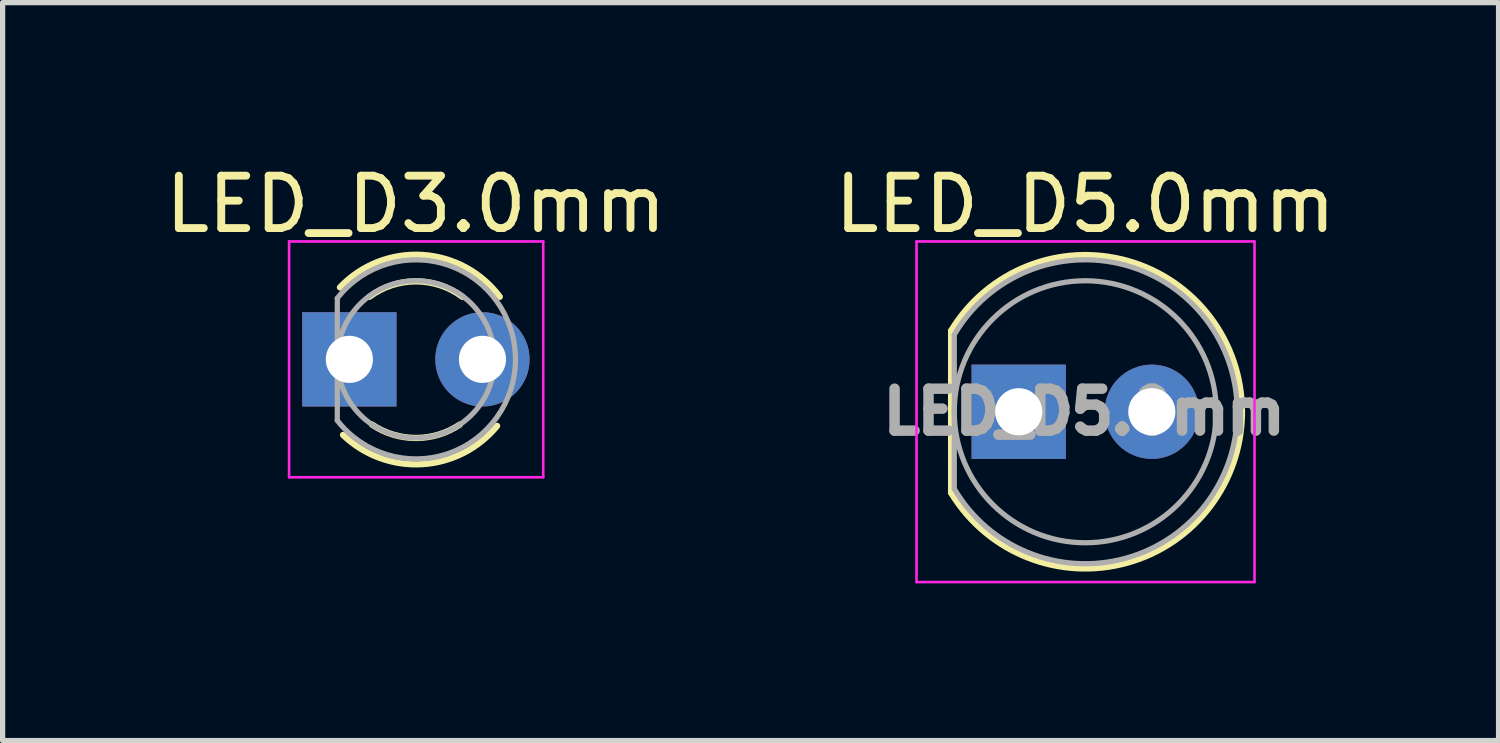
<source format=kicad_pcb>
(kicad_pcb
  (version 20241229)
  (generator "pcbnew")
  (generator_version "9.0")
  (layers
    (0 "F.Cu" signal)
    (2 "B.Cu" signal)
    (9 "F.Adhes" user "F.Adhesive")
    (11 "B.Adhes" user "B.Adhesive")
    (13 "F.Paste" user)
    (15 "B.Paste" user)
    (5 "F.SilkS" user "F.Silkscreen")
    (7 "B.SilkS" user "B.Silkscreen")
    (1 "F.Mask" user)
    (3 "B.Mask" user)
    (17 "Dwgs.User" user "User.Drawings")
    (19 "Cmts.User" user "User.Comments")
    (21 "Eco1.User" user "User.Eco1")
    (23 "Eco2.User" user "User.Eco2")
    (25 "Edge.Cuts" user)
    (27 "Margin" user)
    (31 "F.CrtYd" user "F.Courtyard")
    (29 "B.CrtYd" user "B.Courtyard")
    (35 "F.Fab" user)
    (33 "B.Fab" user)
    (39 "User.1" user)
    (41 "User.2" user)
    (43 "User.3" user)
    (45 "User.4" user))
  (footprint "LED_D5.0mm"
    (layer "F.Cu")
    (at 16.391 4.808)
    (property "Reference" "LED_D5.0mm" (at 1.27 -3.96 0) (layer "F.SilkS") (effects (font (size 1 1) (thickness 0.15))))
    (attr through_hole)
    (fp_line (start -1.29 -1.545) (end -1.29 1.545) (stroke (width 0.12) (type solid)) (layer "F.SilkS"))
    (fp_arc (start -1.29 -1.54483) (mid 2.072002 -2.880433) (end 4.26 0.000462) (stroke (width 0.12) (type solid)) (layer "F.SilkS"))
    (fp_arc (start 4.26 -0.000462) (mid 2.072002 2.880433) (end -1.29 1.54483) (stroke (width 0.12) (type solid)) (layer "F.SilkS"))
    (fp_line (start -1.95 -3.25) (end -1.95 3.25) (stroke (width 0.05) (type solid)) (layer "F.CrtYd"))
    (fp_line (start -1.95 3.25) (end 4.5 3.25) (stroke (width 0.05) (type solid)) (layer "F.CrtYd"))
    (fp_line (start 4.5 -3.25) (end -1.95 -3.25) (stroke (width 0.05) (type solid)) (layer "F.CrtYd"))
    (fp_line (start 4.5 3.25) (end 4.5 -3.25) (stroke (width 0.05) (type solid)) (layer "F.CrtYd"))
    (fp_line (start -1.23 -1.47) (end -1.23 1.47) (stroke (width 0.1) (type solid)) (layer "F.Fab"))
    (fp_arc (start -1.23 -1.469694) (mid 4.17 0.000016) (end -1.230016 1.469666) (stroke (width 0.1) (type solid)) (layer "F.Fab"))
    (fp_circle (center 1.27 0) (end 3.77 0) (stroke (width 0.1) (type solid)) (fill no) (layer "F.Fab"))
    (fp_text user "${REFERENCE}" (at 1.25 0 0) (layer "F.Fab") (effects (font (size 0.8 0.8) (thickness 0.2))))
    (pad "1" thru_hole rect (at 0 0) (size 1.8 1.8) (drill 0.9) (layers "*.Cu" "*.Mask"))
    (pad "2" thru_hole circle (at 2.54 0) (size 1.8 1.8) (drill 0.9) (layers "*.Cu" "*.Mask")))
  (footprint "LED_D3.0mm"
    (layer "F.Cu")
    (at 3.617 3.808)
    (property "Reference" "LED_D3.0mm" (at 1.27 -2.96 0) (layer "F.SilkS") (effects (font (size 1 1) (thickness 0.15))))
    (attr through_hole)
    (fp_arc (start -0.179325 -1.373045) (mid 1.387145 -1.993006) (end 2.8702 -1.1938) (stroke (width 0.12) (type solid)) (layer "F.SilkS"))
    (fp_arc (start 0.381 -1.193799) (mid 1.27 -1.488448) (end 2.159 -1.193799) (stroke (width 0.12) (type solid)) (layer "F.SilkS"))
    (fp_arc (start 2.1082 1.2446) (mid 1.269999 1.500536) (end 0.431798 1.244599) (stroke (width 0.12) (type solid)) (layer "F.SilkS"))
    (fp_arc (start 2.8194 1.27) (mid 1.387087 1.999958) (end -0.12062 1.442122) (stroke (width 0.12) (type solid)) (layer "F.SilkS"))
    (fp_line (start -1.15 -2.25) (end -1.15 2.25) (stroke (width 0.05) (type solid)) (layer "F.CrtYd"))
    (fp_line (start -1.15 2.25) (end 3.7 2.25) (stroke (width 0.05) (type solid)) (layer "F.CrtYd"))
    (fp_line (start 3.7 -2.25) (end -1.15 -2.25) (stroke (width 0.05) (type solid)) (layer "F.CrtYd"))
    (fp_line (start 3.7 2.25) (end 3.7 -2.25) (stroke (width 0.05) (type solid)) (layer "F.CrtYd"))
    (fp_line (start -0.23 -1.166) (end -0.23 1.166) (stroke (width 0.1) (type solid)) (layer "F.Fab"))
    (fp_arc (start -0.23 -1.16619) (mid 3.17 0.000452) (end -0.230555 1.165476) (stroke (width 0.1) (type solid)) (layer "F.Fab"))
    (fp_circle (center 1.27 0) (end 2.77 0) (stroke (width 0.1) (type solid)) (fill no) (layer "F.Fab"))
    (pad "1" thru_hole rect (at 0 0) (size 1.8 1.8) (drill 0.9) (layers "*.Cu" "*.Mask"))
    (pad "2" thru_hole circle (at 2.54 0) (size 1.8 1.8) (drill 0.9) (layers "*.Cu" "*.Mask")))
  (gr_rect
    (start -3 -3)
    (end 25.548 11.083)
    (stroke (width 0.1) (type default))
    (fill no)
    (layer "Edge.Cuts")))
</source>
